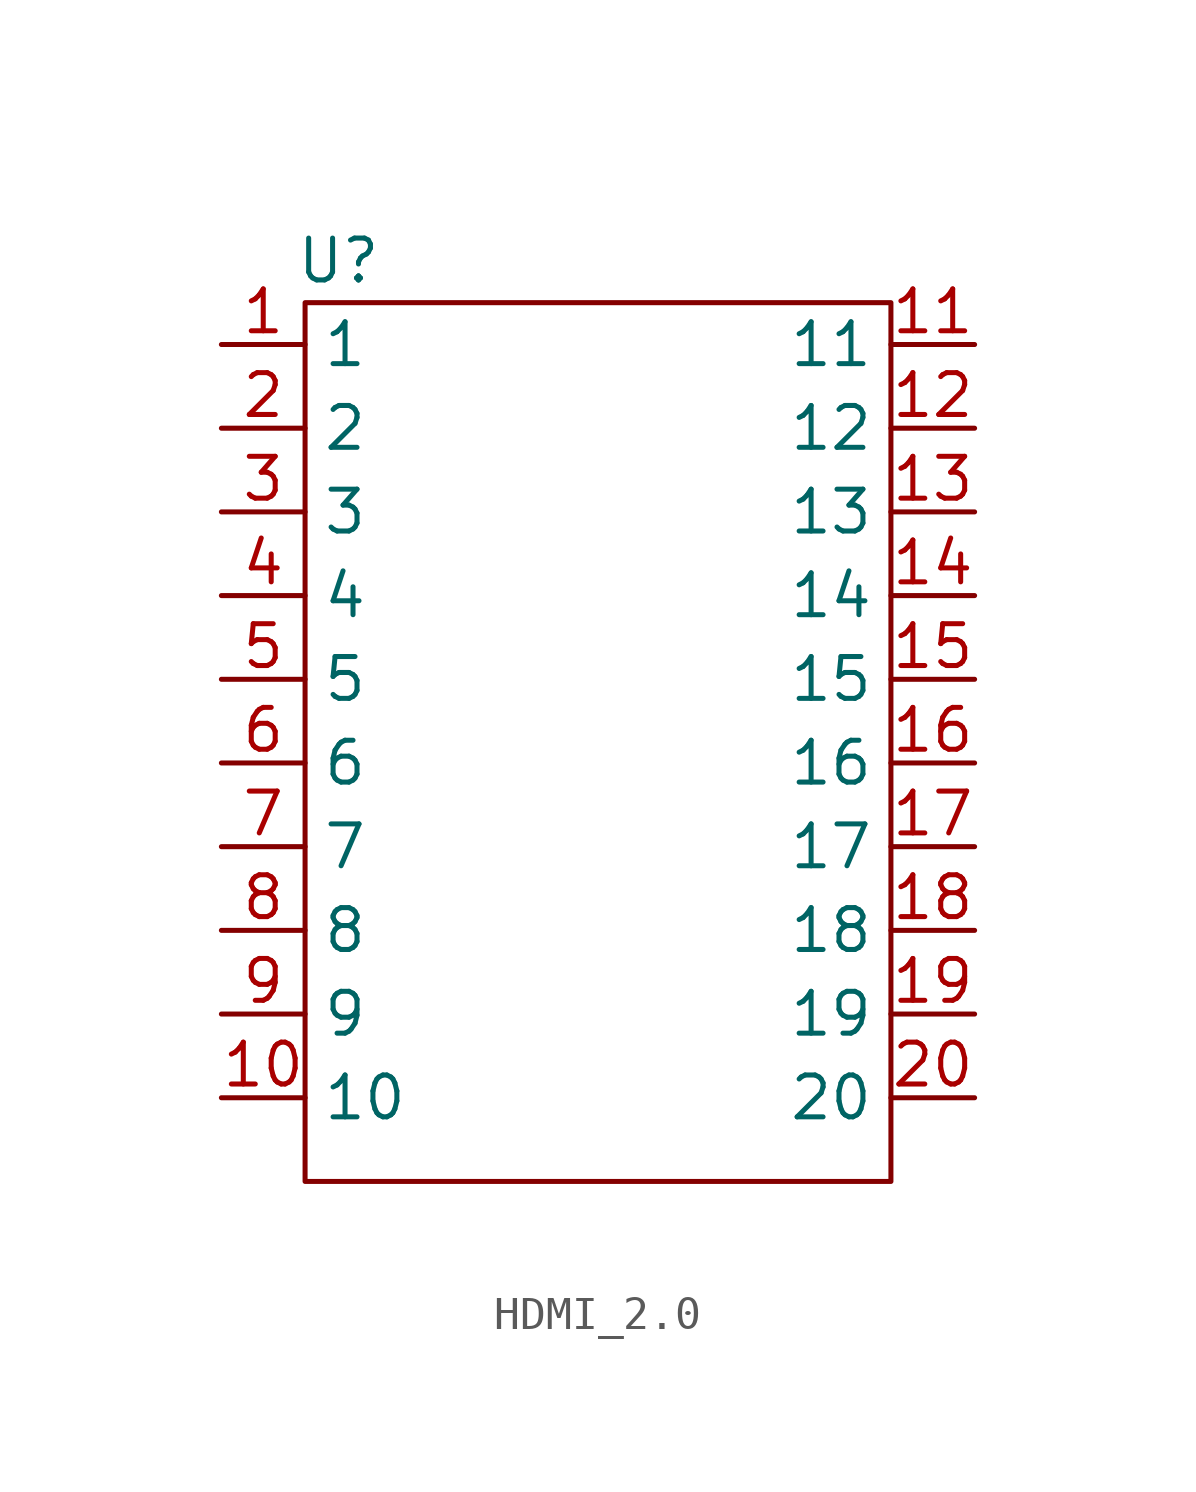
<source format=kicad_sym>
(kicad_symbol_lib
  (version 20230620)
  (generator kicad_symbol_editor)
  (symbol "HDMI_2.0"
    (property "Reference" "U"
      (at -7.874 27.94 0)
      (effects (font (size 1.27 1.27))))
    (property "Value" ""
      (at 0 0 0)
      (effects (font (size 1.27 1.27))))
    (symbol "HDMI_2.0_0_1"
      (rectangle (start -8.89 26.67) (end 8.89 0) (stroke (width 0) (type default)) (fill (type none))))
    (symbol "HDMI_2.0_1_1"
      (pin passive line (at -11.43 25.4 0) (length 2.54) (name "1" (effects (font (size 1.27 1.27)))) (number "1" (effects (font (size 1.27 1.27)))))
      (pin passive line (at -11.43 2.54 0) (length 2.54) (name "10" (effects (font (size 1.27 1.27)))) (number "10" (effects (font (size 1.27 1.27)))))
      (pin passive line (at 11.43 25.4 180) (length 2.54) (name "11" (effects (font (size 1.27 1.27)))) (number "11" (effects (font (size 1.27 1.27)))))
      (pin passive line (at 11.43 22.86 180) (length 2.54) (name "12" (effects (font (size 1.27 1.27)))) (number "12" (effects (font (size 1.27 1.27)))))
      (pin passive line (at 11.43 20.32 180) (length 2.54) (name "13" (effects (font (size 1.27 1.27)))) (number "13" (effects (font (size 1.27 1.27)))))
      (pin passive line (at 11.43 17.78 180) (length 2.54) (name "14" (effects (font (size 1.27 1.27)))) (number "14" (effects (font (size 1.27 1.27)))))
      (pin passive line (at 11.43 15.24 180) (length 2.54) (name "15" (effects (font (size 1.27 1.27)))) (number "15" (effects (font (size 1.27 1.27)))))
      (pin passive line (at 11.43 12.7 180) (length 2.54) (name "16" (effects (font (size 1.27 1.27)))) (number "16" (effects (font (size 1.27 1.27)))))
      (pin passive line (at 11.43 10.16 180) (length 2.54) (name "17" (effects (font (size 1.27 1.27)))) (number "17" (effects (font (size 1.27 1.27)))))
      (pin passive line (at 11.43 7.62 180) (length 2.54) (name "18" (effects (font (size 1.27 1.27)))) (number "18" (effects (font (size 1.27 1.27)))))
      (pin passive line (at 11.43 5.08 180) (length 2.54) (name "19" (effects (font (size 1.27 1.27)))) (number "19" (effects (font (size 1.27 1.27)))))
      (pin passive line (at -11.43 22.86 0) (length 2.54) (name "2" (effects (font (size 1.27 1.27)))) (number "2" (effects (font (size 1.27 1.27)))))
      (pin passive line (at 11.43 2.54 180) (length 2.54) (name "20" (effects (font (size 1.27 1.27)))) (number "20" (effects (font (size 1.27 1.27)))))
      (pin passive line (at -11.43 20.32 0) (length 2.54) (name "3" (effects (font (size 1.27 1.27)))) (number "3" (effects (font (size 1.27 1.27)))))
      (pin passive line (at -11.43 17.78 0) (length 2.54) (name "4" (effects (font (size 1.27 1.27)))) (number "4" (effects (font (size 1.27 1.27)))))
      (pin passive line (at -11.43 15.24 0) (length 2.54) (name "5" (effects (font (size 1.27 1.27)))) (number "5" (effects (font (size 1.27 1.27)))))
      (pin passive line (at -11.43 12.7 0) (length 2.54) (name "6" (effects (font (size 1.27 1.27)))) (number "6" (effects (font (size 1.27 1.27)))))
      (pin passive line (at -11.43 10.16 0) (length 2.54) (name "7" (effects (font (size 1.27 1.27)))) (number "7" (effects (font (size 1.27 1.27)))))
      (pin passive line (at -11.43 7.62 0) (length 2.54) (name "8" (effects (font (size 1.27 1.27)))) (number "8" (effects (font (size 1.27 1.27)))))
      (pin passive line (at -11.43 5.08 0) (length 2.54) (name "9" (effects (font (size 1.27 1.27)))) (number "9" (effects (font (size 1.27 1.27))))))))
</source>
